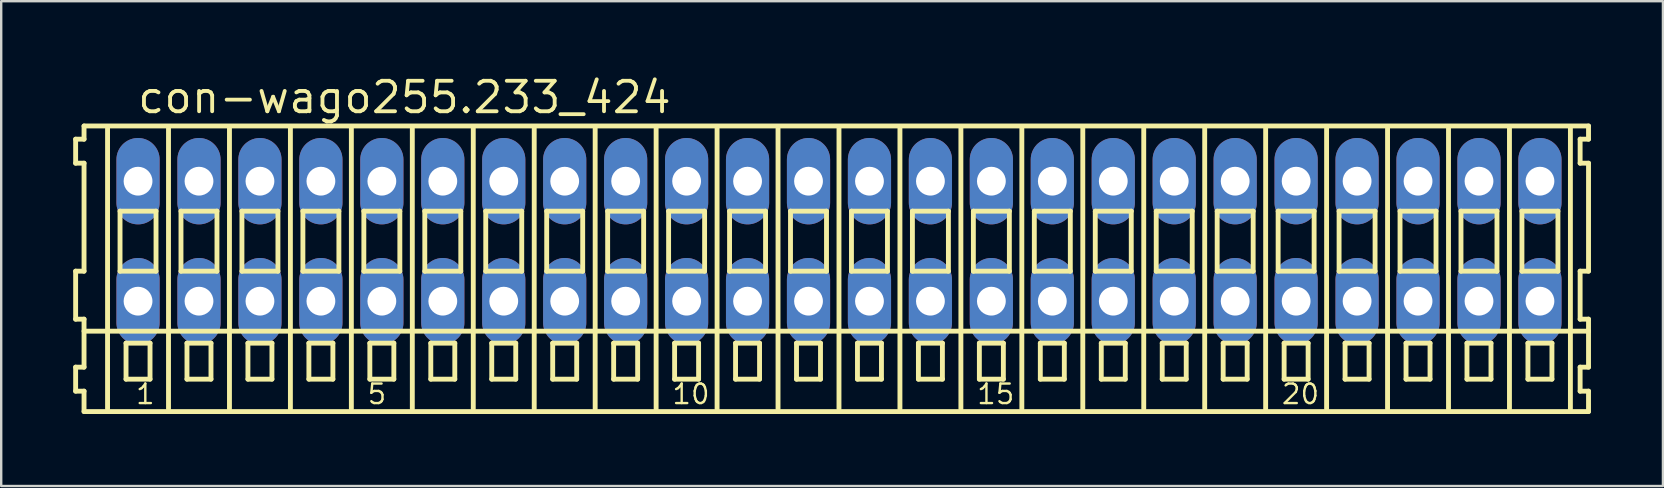
<source format=kicad_pcb>
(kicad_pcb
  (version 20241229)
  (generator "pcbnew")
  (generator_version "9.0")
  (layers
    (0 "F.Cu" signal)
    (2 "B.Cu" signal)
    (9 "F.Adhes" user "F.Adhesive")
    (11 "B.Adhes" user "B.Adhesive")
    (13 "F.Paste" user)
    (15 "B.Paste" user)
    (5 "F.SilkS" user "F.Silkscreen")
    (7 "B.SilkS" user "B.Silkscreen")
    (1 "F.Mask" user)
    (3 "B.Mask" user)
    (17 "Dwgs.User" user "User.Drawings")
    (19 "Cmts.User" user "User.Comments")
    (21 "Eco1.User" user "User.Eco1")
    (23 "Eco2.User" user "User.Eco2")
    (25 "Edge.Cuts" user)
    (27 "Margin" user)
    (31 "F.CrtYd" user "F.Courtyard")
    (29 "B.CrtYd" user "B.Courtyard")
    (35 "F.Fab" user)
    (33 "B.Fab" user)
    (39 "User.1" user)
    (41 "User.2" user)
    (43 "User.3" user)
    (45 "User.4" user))
  (footprint "con-wago255.233_424"
    (layer "F.Cu")
    (at 31.912 7)
    (property "Reference" "con-wago255.233_424" (at -29.31 -5.25 0) (layer "F.SilkS") (effects (font (size 1.27 1.27) (thickness 0.16)) (justify left bottom)))
    (attr through_hole)
    (fp_line (start -31.81 -4.25) (end -31.81 -3.25) (stroke (width 0.203) (type default)) (layer "F.SilkS"))
    (fp_line (start -31.81 -3.25) (end -31.46 -3.25) (stroke (width 0.203) (type default)) (layer "F.SilkS"))
    (fp_line (start -31.81 1.25) (end -31.81 3.25) (stroke (width 0.203) (type default)) (layer "F.SilkS"))
    (fp_line (start -31.81 3.25) (end -31.46 3.25) (stroke (width 0.203) (type default)) (layer "F.SilkS"))
    (fp_line (start -31.81 5.25) (end -31.81 6.25) (stroke (width 0.203) (type default)) (layer "F.SilkS"))
    (fp_line (start -31.81 6.25) (end -31.46 6.25) (stroke (width 0.203) (type default)) (layer "F.SilkS"))
    (fp_line (start -31.46 -4.8) (end -31.46 -4.25) (stroke (width 0.203) (type default)) (layer "F.SilkS"))
    (fp_line (start -31.46 -4.25) (end -31.81 -4.25) (stroke (width 0.203) (type default)) (layer "F.SilkS"))
    (fp_line (start -31.46 -3.25) (end -31.46 1.25) (stroke (width 0.203) (type default)) (layer "F.SilkS"))
    (fp_line (start -31.46 1.25) (end -31.81 1.25) (stroke (width 0.203) (type default)) (layer "F.SilkS"))
    (fp_line (start -31.46 3.25) (end -31.46 5.25) (stroke (width 0.203) (type default)) (layer "F.SilkS"))
    (fp_line (start -31.46 3.75) (end 31.235 3.75) (stroke (width 0.203) (type default)) (layer "F.SilkS"))
    (fp_line (start -31.46 5.25) (end -31.81 5.25) (stroke (width 0.203) (type default)) (layer "F.SilkS"))
    (fp_line (start -31.46 6.25) (end -31.46 7.1) (stroke (width 0.203) (type default)) (layer "F.SilkS"))
    (fp_line (start -31.46 7.1) (end 31.235 7.1) (stroke (width 0.203) (type default)) (layer "F.SilkS"))
    (fp_line (start -30.48 6.985) (end -30.48 -4.699) (stroke (width 0.203) (type default)) (layer "F.SilkS"))
    (fp_line (start -29.96 -1.25) (end -29.96 1.25) (stroke (width 0.203) (type default)) (layer "F.SilkS"))
    (fp_line (start -29.96 1.25) (end -28.46 1.25) (stroke (width 0.203) (type default)) (layer "F.SilkS"))
    (fp_line (start -29.71 4.25) (end -29.71 5.75) (stroke (width 0.203) (type default)) (layer "F.SilkS"))
    (fp_line (start -29.71 5.75) (end -28.71 5.75) (stroke (width 0.203) (type default)) (layer "F.SilkS"))
    (fp_line (start -28.71 4.25) (end -29.71 4.25) (stroke (width 0.203) (type default)) (layer "F.SilkS"))
    (fp_line (start -28.71 5.75) (end -28.71 4.25) (stroke (width 0.203) (type default)) (layer "F.SilkS"))
    (fp_line (start -28.46 -1.25) (end -29.96 -1.25) (stroke (width 0.203) (type default)) (layer "F.SilkS"))
    (fp_line (start -28.46 1.25) (end -28.46 -1.25) (stroke (width 0.203) (type default)) (layer "F.SilkS"))
    (fp_line (start -27.94 6.985) (end -27.94 -4.699) (stroke (width 0.203) (type default)) (layer "F.SilkS"))
    (fp_line (start -27.42 -1.25) (end -27.42 1.25) (stroke (width 0.203) (type default)) (layer "F.SilkS"))
    (fp_line (start -27.42 1.25) (end -25.92 1.25) (stroke (width 0.203) (type default)) (layer "F.SilkS"))
    (fp_line (start -27.17 4.25) (end -27.17 5.75) (stroke (width 0.203) (type default)) (layer "F.SilkS"))
    (fp_line (start -27.17 5.75) (end -26.17 5.75) (stroke (width 0.203) (type default)) (layer "F.SilkS"))
    (fp_line (start -26.17 4.25) (end -27.17 4.25) (stroke (width 0.203) (type default)) (layer "F.SilkS"))
    (fp_line (start -26.17 5.75) (end -26.17 4.25) (stroke (width 0.203) (type default)) (layer "F.SilkS"))
    (fp_line (start -25.92 -1.25) (end -27.42 -1.25) (stroke (width 0.203) (type default)) (layer "F.SilkS"))
    (fp_line (start -25.92 1.25) (end -25.92 -1.25) (stroke (width 0.203) (type default)) (layer "F.SilkS"))
    (fp_line (start -25.4 6.985) (end -25.4 -4.699) (stroke (width 0.203) (type default)) (layer "F.SilkS"))
    (fp_line (start -24.88 -1.25) (end -24.88 1.25) (stroke (width 0.203) (type default)) (layer "F.SilkS"))
    (fp_line (start -24.88 1.25) (end -23.38 1.25) (stroke (width 0.203) (type default)) (layer "F.SilkS"))
    (fp_line (start -24.63 4.25) (end -24.63 5.75) (stroke (width 0.203) (type default)) (layer "F.SilkS"))
    (fp_line (start -24.63 5.75) (end -23.63 5.75) (stroke (width 0.203) (type default)) (layer "F.SilkS"))
    (fp_line (start -23.63 4.25) (end -24.63 4.25) (stroke (width 0.203) (type default)) (layer "F.SilkS"))
    (fp_line (start -23.63 5.75) (end -23.63 4.25) (stroke (width 0.203) (type default)) (layer "F.SilkS"))
    (fp_line (start -23.38 -1.25) (end -24.88 -1.25) (stroke (width 0.203) (type default)) (layer "F.SilkS"))
    (fp_line (start -23.38 1.25) (end -23.38 -1.25) (stroke (width 0.203) (type default)) (layer "F.SilkS"))
    (fp_line (start -22.86 6.985) (end -22.86 -4.699) (stroke (width 0.203) (type default)) (layer "F.SilkS"))
    (fp_line (start -22.34 -1.25) (end -22.34 1.25) (stroke (width 0.203) (type default)) (layer "F.SilkS"))
    (fp_line (start -22.34 1.25) (end -20.84 1.25) (stroke (width 0.203) (type default)) (layer "F.SilkS"))
    (fp_line (start -22.09 4.25) (end -22.09 5.75) (stroke (width 0.203) (type default)) (layer "F.SilkS"))
    (fp_line (start -22.09 5.75) (end -21.09 5.75) (stroke (width 0.203) (type default)) (layer "F.SilkS"))
    (fp_line (start -21.09 4.25) (end -22.09 4.25) (stroke (width 0.203) (type default)) (layer "F.SilkS"))
    (fp_line (start -21.09 5.75) (end -21.09 4.25) (stroke (width 0.203) (type default)) (layer "F.SilkS"))
    (fp_line (start -20.84 -1.25) (end -22.34 -1.25) (stroke (width 0.203) (type default)) (layer "F.SilkS"))
    (fp_line (start -20.84 1.25) (end -20.84 -1.25) (stroke (width 0.203) (type default)) (layer "F.SilkS"))
    (fp_line (start -20.32 6.985) (end -20.32 -4.699) (stroke (width 0.203) (type default)) (layer "F.SilkS"))
    (fp_line (start -19.8 -1.25) (end -19.8 1.25) (stroke (width 0.203) (type default)) (layer "F.SilkS"))
    (fp_line (start -19.8 1.25) (end -18.3 1.25) (stroke (width 0.203) (type default)) (layer "F.SilkS"))
    (fp_line (start -19.55 4.25) (end -19.55 5.75) (stroke (width 0.203) (type default)) (layer "F.SilkS"))
    (fp_line (start -19.55 5.75) (end -18.55 5.75) (stroke (width 0.203) (type default)) (layer "F.SilkS"))
    (fp_line (start -18.55 4.25) (end -19.55 4.25) (stroke (width 0.203) (type default)) (layer "F.SilkS"))
    (fp_line (start -18.55 5.75) (end -18.55 4.25) (stroke (width 0.203) (type default)) (layer "F.SilkS"))
    (fp_line (start -18.3 -1.25) (end -19.8 -1.25) (stroke (width 0.203) (type default)) (layer "F.SilkS"))
    (fp_line (start -18.3 1.25) (end -18.3 -1.25) (stroke (width 0.203) (type default)) (layer "F.SilkS"))
    (fp_line (start -17.78 6.985) (end -17.78 -4.699) (stroke (width 0.203) (type default)) (layer "F.SilkS"))
    (fp_line (start -17.26 -1.25) (end -17.26 1.25) (stroke (width 0.203) (type default)) (layer "F.SilkS"))
    (fp_line (start -17.26 1.25) (end -15.76 1.25) (stroke (width 0.203) (type default)) (layer "F.SilkS"))
    (fp_line (start -17.01 4.25) (end -17.01 5.75) (stroke (width 0.203) (type default)) (layer "F.SilkS"))
    (fp_line (start -17.01 5.75) (end -16.01 5.75) (stroke (width 0.203) (type default)) (layer "F.SilkS"))
    (fp_line (start -16.01 4.25) (end -17.01 4.25) (stroke (width 0.203) (type default)) (layer "F.SilkS"))
    (fp_line (start -16.01 5.75) (end -16.01 4.25) (stroke (width 0.203) (type default)) (layer "F.SilkS"))
    (fp_line (start -15.76 -1.25) (end -17.26 -1.25) (stroke (width 0.203) (type default)) (layer "F.SilkS"))
    (fp_line (start -15.76 1.25) (end -15.76 -1.25) (stroke (width 0.203) (type default)) (layer "F.SilkS"))
    (fp_line (start -15.24 6.985) (end -15.24 -4.699) (stroke (width 0.203) (type default)) (layer "F.SilkS"))
    (fp_line (start -14.72 -1.25) (end -14.72 1.25) (stroke (width 0.203) (type default)) (layer "F.SilkS"))
    (fp_line (start -14.72 1.25) (end -13.22 1.25) (stroke (width 0.203) (type default)) (layer "F.SilkS"))
    (fp_line (start -14.47 4.25) (end -14.47 5.75) (stroke (width 0.203) (type default)) (layer "F.SilkS"))
    (fp_line (start -14.47 5.75) (end -13.47 5.75) (stroke (width 0.203) (type default)) (layer "F.SilkS"))
    (fp_line (start -13.47 4.25) (end -14.47 4.25) (stroke (width 0.203) (type default)) (layer "F.SilkS"))
    (fp_line (start -13.47 5.75) (end -13.47 4.25) (stroke (width 0.203) (type default)) (layer "F.SilkS"))
    (fp_line (start -13.22 -1.25) (end -14.72 -1.25) (stroke (width 0.203) (type default)) (layer "F.SilkS"))
    (fp_line (start -13.22 1.25) (end -13.22 -1.25) (stroke (width 0.203) (type default)) (layer "F.SilkS"))
    (fp_line (start -12.7 6.985) (end -12.7 -4.699) (stroke (width 0.203) (type default)) (layer "F.SilkS"))
    (fp_line (start -12.18 -1.25) (end -12.18 1.25) (stroke (width 0.203) (type default)) (layer "F.SilkS"))
    (fp_line (start -12.18 1.25) (end -10.68 1.25) (stroke (width 0.203) (type default)) (layer "F.SilkS"))
    (fp_line (start -11.93 4.25) (end -11.93 5.75) (stroke (width 0.203) (type default)) (layer "F.SilkS"))
    (fp_line (start -11.93 5.75) (end -10.93 5.75) (stroke (width 0.203) (type default)) (layer "F.SilkS"))
    (fp_line (start -10.93 4.25) (end -11.93 4.25) (stroke (width 0.203) (type default)) (layer "F.SilkS"))
    (fp_line (start -10.93 5.75) (end -10.93 4.25) (stroke (width 0.203) (type default)) (layer "F.SilkS"))
    (fp_line (start -10.68 -1.25) (end -12.18 -1.25) (stroke (width 0.203) (type default)) (layer "F.SilkS"))
    (fp_line (start -10.68 1.25) (end -10.68 -1.25) (stroke (width 0.203) (type default)) (layer "F.SilkS"))
    (fp_line (start -10.16 6.985) (end -10.16 -4.699) (stroke (width 0.203) (type default)) (layer "F.SilkS"))
    (fp_line (start -9.64 -1.25) (end -9.64 1.25) (stroke (width 0.203) (type default)) (layer "F.SilkS"))
    (fp_line (start -9.64 1.25) (end -8.14 1.25) (stroke (width 0.203) (type default)) (layer "F.SilkS"))
    (fp_line (start -9.39 4.25) (end -9.39 5.75) (stroke (width 0.203) (type default)) (layer "F.SilkS"))
    (fp_line (start -9.39 5.75) (end -8.39 5.75) (stroke (width 0.203) (type default)) (layer "F.SilkS"))
    (fp_line (start -8.39 4.25) (end -9.39 4.25) (stroke (width 0.203) (type default)) (layer "F.SilkS"))
    (fp_line (start -8.39 5.75) (end -8.39 4.25) (stroke (width 0.203) (type default)) (layer "F.SilkS"))
    (fp_line (start -8.14 -1.25) (end -9.64 -1.25) (stroke (width 0.203) (type default)) (layer "F.SilkS"))
    (fp_line (start -8.14 1.25) (end -8.14 -1.25) (stroke (width 0.203) (type default)) (layer "F.SilkS"))
    (fp_line (start -7.62 6.985) (end -7.62 -4.699) (stroke (width 0.203) (type default)) (layer "F.SilkS"))
    (fp_line (start -7.1 -1.25) (end -7.1 1.25) (stroke (width 0.203) (type default)) (layer "F.SilkS"))
    (fp_line (start -7.1 1.25) (end -5.6 1.25) (stroke (width 0.203) (type default)) (layer "F.SilkS"))
    (fp_line (start -6.85 4.25) (end -6.85 5.75) (stroke (width 0.203) (type default)) (layer "F.SilkS"))
    (fp_line (start -6.85 5.75) (end -5.85 5.75) (stroke (width 0.203) (type default)) (layer "F.SilkS"))
    (fp_line (start -5.85 4.25) (end -6.85 4.25) (stroke (width 0.203) (type default)) (layer "F.SilkS"))
    (fp_line (start -5.85 5.75) (end -5.85 4.25) (stroke (width 0.203) (type default)) (layer "F.SilkS"))
    (fp_line (start -5.6 -1.25) (end -7.1 -1.25) (stroke (width 0.203) (type default)) (layer "F.SilkS"))
    (fp_line (start -5.6 1.25) (end -5.6 -1.25) (stroke (width 0.203) (type default)) (layer "F.SilkS"))
    (fp_line (start -5.08 6.985) (end -5.08 -4.699) (stroke (width 0.203) (type default)) (layer "F.SilkS"))
    (fp_line (start -4.56 -1.25) (end -4.56 1.25) (stroke (width 0.203) (type default)) (layer "F.SilkS"))
    (fp_line (start -4.56 1.25) (end -3.06 1.25) (stroke (width 0.203) (type default)) (layer "F.SilkS"))
    (fp_line (start -4.31 4.25) (end -4.31 5.75) (stroke (width 0.203) (type default)) (layer "F.SilkS"))
    (fp_line (start -4.31 5.75) (end -3.31 5.75) (stroke (width 0.203) (type default)) (layer "F.SilkS"))
    (fp_line (start -3.31 4.25) (end -4.31 4.25) (stroke (width 0.203) (type default)) (layer "F.SilkS"))
    (fp_line (start -3.31 5.75) (end -3.31 4.25) (stroke (width 0.203) (type default)) (layer "F.SilkS"))
    (fp_line (start -3.06 -1.25) (end -4.56 -1.25) (stroke (width 0.203) (type default)) (layer "F.SilkS"))
    (fp_line (start -3.06 1.25) (end -3.06 -1.25) (stroke (width 0.203) (type default)) (layer "F.SilkS"))
    (fp_line (start -2.54 6.985) (end -2.54 -4.699) (stroke (width 0.203) (type default)) (layer "F.SilkS"))
    (fp_line (start -2.02 -1.25) (end -2.02 1.25) (stroke (width 0.203) (type default)) (layer "F.SilkS"))
    (fp_line (start -2.02 1.25) (end -0.52 1.25) (stroke (width 0.203) (type default)) (layer "F.SilkS"))
    (fp_line (start -1.77 4.25) (end -1.77 5.75) (stroke (width 0.203) (type default)) (layer "F.SilkS"))
    (fp_line (start -1.77 5.75) (end -0.77 5.75) (stroke (width 0.203) (type default)) (layer "F.SilkS"))
    (fp_line (start -0.77 4.25) (end -1.77 4.25) (stroke (width 0.203) (type default)) (layer "F.SilkS"))
    (fp_line (start -0.77 5.75) (end -0.77 4.25) (stroke (width 0.203) (type default)) (layer "F.SilkS"))
    (fp_line (start -0.52 -1.25) (end -2.02 -1.25) (stroke (width 0.203) (type default)) (layer "F.SilkS"))
    (fp_line (start -0.52 1.25) (end -0.52 -1.25) (stroke (width 0.203) (type default)) (layer "F.SilkS"))
    (fp_line (start 0 6.985) (end 0 -4.699) (stroke (width 0.203) (type default)) (layer "F.SilkS"))
    (fp_line (start 0.52 -1.25) (end 0.52 1.25) (stroke (width 0.203) (type default)) (layer "F.SilkS"))
    (fp_line (start 0.52 1.25) (end 2.02 1.25) (stroke (width 0.203) (type default)) (layer "F.SilkS"))
    (fp_line (start 0.77 4.25) (end 0.77 5.75) (stroke (width 0.203) (type default)) (layer "F.SilkS"))
    (fp_line (start 0.77 5.75) (end 1.77 5.75) (stroke (width 0.203) (type default)) (layer "F.SilkS"))
    (fp_line (start 1.77 4.25) (end 0.77 4.25) (stroke (width 0.203) (type default)) (layer "F.SilkS"))
    (fp_line (start 1.77 5.75) (end 1.77 4.25) (stroke (width 0.203) (type default)) (layer "F.SilkS"))
    (fp_line (start 2.02 -1.25) (end 0.52 -1.25) (stroke (width 0.203) (type default)) (layer "F.SilkS"))
    (fp_line (start 2.02 1.25) (end 2.02 -1.25) (stroke (width 0.203) (type default)) (layer "F.SilkS"))
    (fp_line (start 2.54 6.985) (end 2.54 -4.699) (stroke (width 0.203) (type default)) (layer "F.SilkS"))
    (fp_line (start 3.06 -1.25) (end 3.06 1.25) (stroke (width 0.203) (type default)) (layer "F.SilkS"))
    (fp_line (start 3.06 1.25) (end 4.56 1.25) (stroke (width 0.203) (type default)) (layer "F.SilkS"))
    (fp_line (start 3.31 4.25) (end 3.31 5.75) (stroke (width 0.203) (type default)) (layer "F.SilkS"))
    (fp_line (start 3.31 5.75) (end 4.31 5.75) (stroke (width 0.203) (type default)) (layer "F.SilkS"))
    (fp_line (start 4.31 4.25) (end 3.31 4.25) (stroke (width 0.203) (type default)) (layer "F.SilkS"))
    (fp_line (start 4.31 5.75) (end 4.31 4.25) (stroke (width 0.203) (type default)) (layer "F.SilkS"))
    (fp_line (start 4.56 -1.25) (end 3.06 -1.25) (stroke (width 0.203) (type default)) (layer "F.SilkS"))
    (fp_line (start 4.56 1.25) (end 4.56 -1.25) (stroke (width 0.203) (type default)) (layer "F.SilkS"))
    (fp_line (start 5.08 6.985) (end 5.08 -4.699) (stroke (width 0.203) (type default)) (layer "F.SilkS"))
    (fp_line (start 5.6 -1.25) (end 5.6 1.25) (stroke (width 0.203) (type default)) (layer "F.SilkS"))
    (fp_line (start 5.6 1.25) (end 7.1 1.25) (stroke (width 0.203) (type default)) (layer "F.SilkS"))
    (fp_line (start 5.85 4.25) (end 5.85 5.75) (stroke (width 0.203) (type default)) (layer "F.SilkS"))
    (fp_line (start 5.85 5.75) (end 6.85 5.75) (stroke (width 0.203) (type default)) (layer "F.SilkS"))
    (fp_line (start 6.85 4.25) (end 5.85 4.25) (stroke (width 0.203) (type default)) (layer "F.SilkS"))
    (fp_line (start 6.85 5.75) (end 6.85 4.25) (stroke (width 0.203) (type default)) (layer "F.SilkS"))
    (fp_line (start 7.1 -1.25) (end 5.6 -1.25) (stroke (width 0.203) (type default)) (layer "F.SilkS"))
    (fp_line (start 7.1 1.25) (end 7.1 -1.25) (stroke (width 0.203) (type default)) (layer "F.SilkS"))
    (fp_line (start 7.62 6.985) (end 7.62 -4.699) (stroke (width 0.203) (type default)) (layer "F.SilkS"))
    (fp_line (start 8.14 -1.25) (end 8.14 1.25) (stroke (width 0.203) (type default)) (layer "F.SilkS"))
    (fp_line (start 8.14 1.25) (end 9.64 1.25) (stroke (width 0.203) (type default)) (layer "F.SilkS"))
    (fp_line (start 8.39 4.25) (end 8.39 5.75) (stroke (width 0.203) (type default)) (layer "F.SilkS"))
    (fp_line (start 8.39 5.75) (end 9.39 5.75) (stroke (width 0.203) (type default)) (layer "F.SilkS"))
    (fp_line (start 9.39 4.25) (end 8.39 4.25) (stroke (width 0.203) (type default)) (layer "F.SilkS"))
    (fp_line (start 9.39 5.75) (end 9.39 4.25) (stroke (width 0.203) (type default)) (layer "F.SilkS"))
    (fp_line (start 9.64 -1.25) (end 8.14 -1.25) (stroke (width 0.203) (type default)) (layer "F.SilkS"))
    (fp_line (start 9.64 1.25) (end 9.64 -1.25) (stroke (width 0.203) (type default)) (layer "F.SilkS"))
    (fp_line (start 10.16 6.985) (end 10.16 -4.699) (stroke (width 0.203) (type default)) (layer "F.SilkS"))
    (fp_line (start 10.68 -1.25) (end 10.68 1.25) (stroke (width 0.203) (type default)) (layer "F.SilkS"))
    (fp_line (start 10.68 1.25) (end 12.18 1.25) (stroke (width 0.203) (type default)) (layer "F.SilkS"))
    (fp_line (start 10.93 4.25) (end 10.93 5.75) (stroke (width 0.203) (type default)) (layer "F.SilkS"))
    (fp_line (start 10.93 5.75) (end 11.93 5.75) (stroke (width 0.203) (type default)) (layer "F.SilkS"))
    (fp_line (start 11.93 4.25) (end 10.93 4.25) (stroke (width 0.203) (type default)) (layer "F.SilkS"))
    (fp_line (start 11.93 5.75) (end 11.93 4.25) (stroke (width 0.203) (type default)) (layer "F.SilkS"))
    (fp_line (start 12.18 -1.25) (end 10.68 -1.25) (stroke (width 0.203) (type default)) (layer "F.SilkS"))
    (fp_line (start 12.18 1.25) (end 12.18 -1.25) (stroke (width 0.203) (type default)) (layer "F.SilkS"))
    (fp_line (start 12.7 6.985) (end 12.7 -4.699) (stroke (width 0.203) (type default)) (layer "F.SilkS"))
    (fp_line (start 13.22 -1.25) (end 13.22 1.25) (stroke (width 0.203) (type default)) (layer "F.SilkS"))
    (fp_line (start 13.22 1.25) (end 14.72 1.25) (stroke (width 0.203) (type default)) (layer "F.SilkS"))
    (fp_line (start 13.47 4.25) (end 13.47 5.75) (stroke (width 0.203) (type default)) (layer "F.SilkS"))
    (fp_line (start 13.47 5.75) (end 14.47 5.75) (stroke (width 0.203) (type default)) (layer "F.SilkS"))
    (fp_line (start 14.47 4.25) (end 13.47 4.25) (stroke (width 0.203) (type default)) (layer "F.SilkS"))
    (fp_line (start 14.47 5.75) (end 14.47 4.25) (stroke (width 0.203) (type default)) (layer "F.SilkS"))
    (fp_line (start 14.72 -1.25) (end 13.22 -1.25) (stroke (width 0.203) (type default)) (layer "F.SilkS"))
    (fp_line (start 14.72 1.25) (end 14.72 -1.25) (stroke (width 0.203) (type default)) (layer "F.SilkS"))
    (fp_line (start 15.24 6.985) (end 15.24 -4.699) (stroke (width 0.203) (type default)) (layer "F.SilkS"))
    (fp_line (start 15.76 -1.25) (end 15.76 1.25) (stroke (width 0.203) (type default)) (layer "F.SilkS"))
    (fp_line (start 15.76 1.25) (end 17.26 1.25) (stroke (width 0.203) (type default)) (layer "F.SilkS"))
    (fp_line (start 16.01 4.25) (end 16.01 5.75) (stroke (width 0.203) (type default)) (layer "F.SilkS"))
    (fp_line (start 16.01 5.75) (end 17.01 5.75) (stroke (width 0.203) (type default)) (layer "F.SilkS"))
    (fp_line (start 17.01 4.25) (end 16.01 4.25) (stroke (width 0.203) (type default)) (layer "F.SilkS"))
    (fp_line (start 17.01 5.75) (end 17.01 4.25) (stroke (width 0.203) (type default)) (layer "F.SilkS"))
    (fp_line (start 17.26 -1.25) (end 15.76 -1.25) (stroke (width 0.203) (type default)) (layer "F.SilkS"))
    (fp_line (start 17.26 1.25) (end 17.26 -1.25) (stroke (width 0.203) (type default)) (layer "F.SilkS"))
    (fp_line (start 17.78 6.985) (end 17.78 -4.699) (stroke (width 0.203) (type default)) (layer "F.SilkS"))
    (fp_line (start 18.3 -1.25) (end 18.3 1.25) (stroke (width 0.203) (type default)) (layer "F.SilkS"))
    (fp_line (start 18.3 1.25) (end 19.8 1.25) (stroke (width 0.203) (type default)) (layer "F.SilkS"))
    (fp_line (start 18.55 4.25) (end 18.55 5.75) (stroke (width 0.203) (type default)) (layer "F.SilkS"))
    (fp_line (start 18.55 5.75) (end 19.55 5.75) (stroke (width 0.203) (type default)) (layer "F.SilkS"))
    (fp_line (start 19.55 4.25) (end 18.55 4.25) (stroke (width 0.203) (type default)) (layer "F.SilkS"))
    (fp_line (start 19.55 5.75) (end 19.55 4.25) (stroke (width 0.203) (type default)) (layer "F.SilkS"))
    (fp_line (start 19.8 -1.25) (end 18.3 -1.25) (stroke (width 0.203) (type default)) (layer "F.SilkS"))
    (fp_line (start 19.8 1.25) (end 19.8 -1.25) (stroke (width 0.203) (type default)) (layer "F.SilkS"))
    (fp_line (start 20.32 6.985) (end 20.32 -4.699) (stroke (width 0.203) (type default)) (layer "F.SilkS"))
    (fp_line (start 20.84 -1.25) (end 20.84 1.25) (stroke (width 0.203) (type default)) (layer "F.SilkS"))
    (fp_line (start 20.84 1.25) (end 22.34 1.25) (stroke (width 0.203) (type default)) (layer "F.SilkS"))
    (fp_line (start 21.09 4.25) (end 21.09 5.75) (stroke (width 0.203) (type default)) (layer "F.SilkS"))
    (fp_line (start 21.09 5.75) (end 22.09 5.75) (stroke (width 0.203) (type default)) (layer "F.SilkS"))
    (fp_line (start 22.09 4.25) (end 21.09 4.25) (stroke (width 0.203) (type default)) (layer "F.SilkS"))
    (fp_line (start 22.09 5.75) (end 22.09 4.25) (stroke (width 0.203) (type default)) (layer "F.SilkS"))
    (fp_line (start 22.34 -1.25) (end 20.84 -1.25) (stroke (width 0.203) (type default)) (layer "F.SilkS"))
    (fp_line (start 22.34 1.25) (end 22.34 -1.25) (stroke (width 0.203) (type default)) (layer "F.SilkS"))
    (fp_line (start 22.86 6.985) (end 22.86 -4.699) (stroke (width 0.203) (type default)) (layer "F.SilkS"))
    (fp_line (start 23.38 -1.25) (end 23.38 1.25) (stroke (width 0.203) (type default)) (layer "F.SilkS"))
    (fp_line (start 23.38 1.25) (end 24.88 1.25) (stroke (width 0.203) (type default)) (layer "F.SilkS"))
    (fp_line (start 23.63 4.25) (end 23.63 5.75) (stroke (width 0.203) (type default)) (layer "F.SilkS"))
    (fp_line (start 23.63 5.75) (end 24.63 5.75) (stroke (width 0.203) (type default)) (layer "F.SilkS"))
    (fp_line (start 24.63 4.25) (end 23.63 4.25) (stroke (width 0.203) (type default)) (layer "F.SilkS"))
    (fp_line (start 24.63 5.75) (end 24.63 4.25) (stroke (width 0.203) (type default)) (layer "F.SilkS"))
    (fp_line (start 24.88 -1.25) (end 23.38 -1.25) (stroke (width 0.203) (type default)) (layer "F.SilkS"))
    (fp_line (start 24.88 1.25) (end 24.88 -1.25) (stroke (width 0.203) (type default)) (layer "F.SilkS"))
    (fp_line (start 25.4 6.985) (end 25.4 -4.699) (stroke (width 0.203) (type default)) (layer "F.SilkS"))
    (fp_line (start 25.92 -1.25) (end 25.92 1.25) (stroke (width 0.203) (type default)) (layer "F.SilkS"))
    (fp_line (start 25.92 1.25) (end 27.42 1.25) (stroke (width 0.203) (type default)) (layer "F.SilkS"))
    (fp_line (start 26.17 4.25) (end 26.17 5.75) (stroke (width 0.203) (type default)) (layer "F.SilkS"))
    (fp_line (start 26.17 5.75) (end 27.17 5.75) (stroke (width 0.203) (type default)) (layer "F.SilkS"))
    (fp_line (start 27.17 4.25) (end 26.17 4.25) (stroke (width 0.203) (type default)) (layer "F.SilkS"))
    (fp_line (start 27.17 5.75) (end 27.17 4.25) (stroke (width 0.203) (type default)) (layer "F.SilkS"))
    (fp_line (start 27.42 -1.25) (end 25.92 -1.25) (stroke (width 0.203) (type default)) (layer "F.SilkS"))
    (fp_line (start 27.42 1.25) (end 27.42 -1.25) (stroke (width 0.203) (type default)) (layer "F.SilkS"))
    (fp_line (start 27.94 6.985) (end 27.94 -4.699) (stroke (width 0.203) (type default)) (layer "F.SilkS"))
    (fp_line (start 28.46 -1.25) (end 28.46 1.25) (stroke (width 0.203) (type default)) (layer "F.SilkS"))
    (fp_line (start 28.46 1.25) (end 29.96 1.25) (stroke (width 0.203) (type default)) (layer "F.SilkS"))
    (fp_line (start 28.71 4.25) (end 28.71 5.75) (stroke (width 0.203) (type default)) (layer "F.SilkS"))
    (fp_line (start 28.71 5.75) (end 29.71 5.75) (stroke (width 0.203) (type default)) (layer "F.SilkS"))
    (fp_line (start 29.71 4.25) (end 28.71 4.25) (stroke (width 0.203) (type default)) (layer "F.SilkS"))
    (fp_line (start 29.71 5.75) (end 29.71 4.25) (stroke (width 0.203) (type default)) (layer "F.SilkS"))
    (fp_line (start 29.96 -1.25) (end 28.46 -1.25) (stroke (width 0.203) (type default)) (layer "F.SilkS"))
    (fp_line (start 29.96 1.25) (end 29.96 -1.25) (stroke (width 0.203) (type default)) (layer "F.SilkS"))
    (fp_line (start 30.48 6.985) (end 30.48 -4.699) (stroke (width 0.203) (type default)) (layer "F.SilkS"))
    (fp_line (start 30.885 -4.25) (end 30.885 -3.25) (stroke (width 0.203) (type default)) (layer "F.SilkS"))
    (fp_line (start 30.885 -3.25) (end 31.235 -3.25) (stroke (width 0.203) (type default)) (layer "F.SilkS"))
    (fp_line (start 30.885 1.25) (end 30.885 3.25) (stroke (width 0.203) (type default)) (layer "F.SilkS"))
    (fp_line (start 30.885 3.25) (end 31.235 3.25) (stroke (width 0.203) (type default)) (layer "F.SilkS"))
    (fp_line (start 30.885 5.25) (end 30.885 6.25) (stroke (width 0.203) (type default)) (layer "F.SilkS"))
    (fp_line (start 30.885 6.25) (end 31.235 6.25) (stroke (width 0.203) (type default)) (layer "F.SilkS"))
    (fp_line (start 31.235 -4.8) (end -31.46 -4.8) (stroke (width 0.203) (type default)) (layer "F.SilkS"))
    (fp_line (start 31.235 -4.25) (end 30.885 -4.25) (stroke (width 0.203) (type default)) (layer "F.SilkS"))
    (fp_line (start 31.235 -4.25) (end 31.235 -4.8) (stroke (width 0.203) (type default)) (layer "F.SilkS"))
    (fp_line (start 31.235 1.25) (end 30.885 1.25) (stroke (width 0.203) (type default)) (layer "F.SilkS"))
    (fp_line (start 31.235 1.25) (end 31.235 -3.25) (stroke (width 0.203) (type default)) (layer "F.SilkS"))
    (fp_line (start 31.235 3.75) (end 31.235 3.25) (stroke (width 0.203) (type default)) (layer "F.SilkS"))
    (fp_line (start 31.235 5.25) (end 30.885 5.25) (stroke (width 0.203) (type default)) (layer "F.SilkS"))
    (fp_line (start 31.235 5.25) (end 31.235 3.75) (stroke (width 0.203) (type default)) (layer "F.SilkS"))
    (fp_line (start 31.235 7.1) (end 31.235 6.25) (stroke (width 0.203) (type default)) (layer "F.SilkS"))
    (fp_text user "20" (at 18.392 6.85 0) (layer "F.SilkS") (effects (font (size 0.813 0.813) (thickness 0.1)) (justify left bottom)))
    (fp_text user "5" (at -19.708 6.85 0) (layer "F.SilkS") (effects (font (size 0.813 0.813) (thickness 0.1)) (justify left bottom)))
    (fp_text user "15" (at 5.692 6.85 0) (layer "F.SilkS") (effects (font (size 0.813 0.813) (thickness 0.1)) (justify left bottom)))
    (fp_text user "1" (at -29.36 6.85 0) (layer "F.SilkS") (effects (font (size 0.813 0.813) (thickness 0.1)) (justify left bottom)))
    (fp_text user "10" (at -7.008 6.85 0) (layer "F.SilkS") (effects (font (size 0.813 0.813) (thickness 0.1)) (justify left bottom)))
    (pad "A1" thru_hole oval (at -29.21 -2.5 90) (size 3.6 1.8) (drill 1.2) (layers "*.Cu" "*.Mask"))
    (pad "A2" thru_hole oval (at -26.67 -2.5 90) (size 3.6 1.8) (drill 1.2) (layers "*.Cu" "*.Mask"))
    (pad "A3" thru_hole oval (at -24.13 -2.5 90) (size 3.6 1.8) (drill 1.2) (layers "*.Cu" "*.Mask"))
    (pad "A4" thru_hole oval (at -21.59 -2.5 90) (size 3.6 1.8) (drill 1.2) (layers "*.Cu" "*.Mask"))
    (pad "A5" thru_hole oval (at -19.05 -2.5 90) (size 3.6 1.8) (drill 1.2) (layers "*.Cu" "*.Mask"))
    (pad "A6" thru_hole oval (at -16.51 -2.5 90) (size 3.6 1.8) (drill 1.2) (layers "*.Cu" "*.Mask"))
    (pad "A7" thru_hole oval (at -13.97 -2.5 90) (size 3.6 1.8) (drill 1.2) (layers "*.Cu" "*.Mask"))
    (pad "A8" thru_hole oval (at -11.43 -2.5 90) (size 3.6 1.8) (drill 1.2) (layers "*.Cu" "*.Mask"))
    (pad "A9" thru_hole oval (at -8.89 -2.5 90) (size 3.6 1.8) (drill 1.2) (layers "*.Cu" "*.Mask"))
    (pad "A10" thru_hole oval (at -6.35 -2.5 90) (size 3.6 1.8) (drill 1.2) (layers "*.Cu" "*.Mask"))
    (pad "A11" thru_hole oval (at -3.81 -2.5 90) (size 3.6 1.8) (drill 1.2) (layers "*.Cu" "*.Mask"))
    (pad "A12" thru_hole oval (at -1.27 -2.5 90) (size 3.6 1.8) (drill 1.2) (layers "*.Cu" "*.Mask"))
    (pad "A13" thru_hole oval (at 1.27 -2.5 90) (size 3.6 1.8) (drill 1.2) (layers "*.Cu" "*.Mask"))
    (pad "A14" thru_hole oval (at 3.81 -2.5 90) (size 3.6 1.8) (drill 1.2) (layers "*.Cu" "*.Mask"))
    (pad "A15" thru_hole oval (at 6.35 -2.5 90) (size 3.6 1.8) (drill 1.2) (layers "*.Cu" "*.Mask"))
    (pad "A16" thru_hole oval (at 8.89 -2.5 90) (size 3.6 1.8) (drill 1.2) (layers "*.Cu" "*.Mask"))
    (pad "A17" thru_hole oval (at 11.43 -2.5 90) (size 3.6 1.8) (drill 1.2) (layers "*.Cu" "*.Mask"))
    (pad "A18" thru_hole oval (at 13.97 -2.5 90) (size 3.6 1.8) (drill 1.2) (layers "*.Cu" "*.Mask"))
    (pad "A19" thru_hole oval (at 16.51 -2.5 90) (size 3.6 1.8) (drill 1.2) (layers "*.Cu" "*.Mask"))
    (pad "A20" thru_hole oval (at 19.05 -2.5 90) (size 3.6 1.8) (drill 1.2) (layers "*.Cu" "*.Mask"))
    (pad "A21" thru_hole oval (at 21.59 -2.5 90) (size 3.6 1.8) (drill 1.2) (layers "*.Cu" "*.Mask"))
    (pad "A22" thru_hole oval (at 24.13 -2.5 90) (size 3.6 1.8) (drill 1.2) (layers "*.Cu" "*.Mask"))
    (pad "A23" thru_hole oval (at 26.67 -2.5 90) (size 3.6 1.8) (drill 1.2) (layers "*.Cu" "*.Mask"))
    (pad "A24" thru_hole oval (at 29.21 -2.5 90) (size 3.6 1.8) (drill 1.2) (layers "*.Cu" "*.Mask"))
    (pad "B1" thru_hole oval (at -29.21 2.5 90) (size 3.6 1.8) (drill 1.2) (layers "*.Cu" "*.Mask"))
    (pad "B2" thru_hole oval (at -26.67 2.5 90) (size 3.6 1.8) (drill 1.2) (layers "*.Cu" "*.Mask"))
    (pad "B3" thru_hole oval (at -24.13 2.5 90) (size 3.6 1.8) (drill 1.2) (layers "*.Cu" "*.Mask"))
    (pad "B4" thru_hole oval (at -21.59 2.5 90) (size 3.6 1.8) (drill 1.2) (layers "*.Cu" "*.Mask"))
    (pad "B5" thru_hole oval (at -19.05 2.5 90) (size 3.6 1.8) (drill 1.2) (layers "*.Cu" "*.Mask"))
    (pad "B6" thru_hole oval (at -16.51 2.5 90) (size 3.6 1.8) (drill 1.2) (layers "*.Cu" "*.Mask"))
    (pad "B7" thru_hole oval (at -13.97 2.5 90) (size 3.6 1.8) (drill 1.2) (layers "*.Cu" "*.Mask"))
    (pad "B8" thru_hole oval (at -11.43 2.5 90) (size 3.6 1.8) (drill 1.2) (layers "*.Cu" "*.Mask"))
    (pad "B9" thru_hole oval (at -8.89 2.5 90) (size 3.6 1.8) (drill 1.2) (layers "*.Cu" "*.Mask"))
    (pad "B10" thru_hole oval (at -6.35 2.5 90) (size 3.6 1.8) (drill 1.2) (layers "*.Cu" "*.Mask"))
    (pad "B11" thru_hole oval (at -3.81 2.5 90) (size 3.6 1.8) (drill 1.2) (layers "*.Cu" "*.Mask"))
    (pad "B12" thru_hole oval (at -1.27 2.5 90) (size 3.6 1.8) (drill 1.2) (layers "*.Cu" "*.Mask"))
    (pad "B13" thru_hole oval (at 1.27 2.5 90) (size 3.6 1.8) (drill 1.2) (layers "*.Cu" "*.Mask"))
    (pad "B14" thru_hole oval (at 3.81 2.5 90) (size 3.6 1.8) (drill 1.2) (layers "*.Cu" "*.Mask"))
    (pad "B15" thru_hole oval (at 6.35 2.5 90) (size 3.6 1.8) (drill 1.2) (layers "*.Cu" "*.Mask"))
    (pad "B16" thru_hole oval (at 8.89 2.5 90) (size 3.6 1.8) (drill 1.2) (layers "*.Cu" "*.Mask"))
    (pad "B17" thru_hole oval (at 11.43 2.5 90) (size 3.6 1.8) (drill 1.2) (layers "*.Cu" "*.Mask"))
    (pad "B18" thru_hole oval (at 13.97 2.5 90) (size 3.6 1.8) (drill 1.2) (layers "*.Cu" "*.Mask"))
    (pad "B19" thru_hole oval (at 16.51 2.5 90) (size 3.6 1.8) (drill 1.2) (layers "*.Cu" "*.Mask"))
    (pad "B20" thru_hole oval (at 19.05 2.5 90) (size 3.6 1.8) (drill 1.2) (layers "*.Cu" "*.Mask"))
    (pad "B21" thru_hole oval (at 21.59 2.5 90) (size 3.6 1.8) (drill 1.2) (layers "*.Cu" "*.Mask"))
    (pad "B22" thru_hole oval (at 24.13 2.5 90) (size 3.6 1.8) (drill 1.2) (layers "*.Cu" "*.Mask"))
    (pad "B23" thru_hole oval (at 26.67 2.5 90) (size 3.6 1.8) (drill 1.2) (layers "*.Cu" "*.Mask"))
    (pad "B24" thru_hole oval (at 29.21 2.5 90) (size 3.6 1.8) (drill 1.2) (layers "*.Cu" "*.Mask")))
  (gr_rect
    (start -3 -3)
    (end 66.248 17.202)
    (stroke (width 0.1) (type default))
    (fill no)
    (layer "Edge.Cuts")))
</source>
